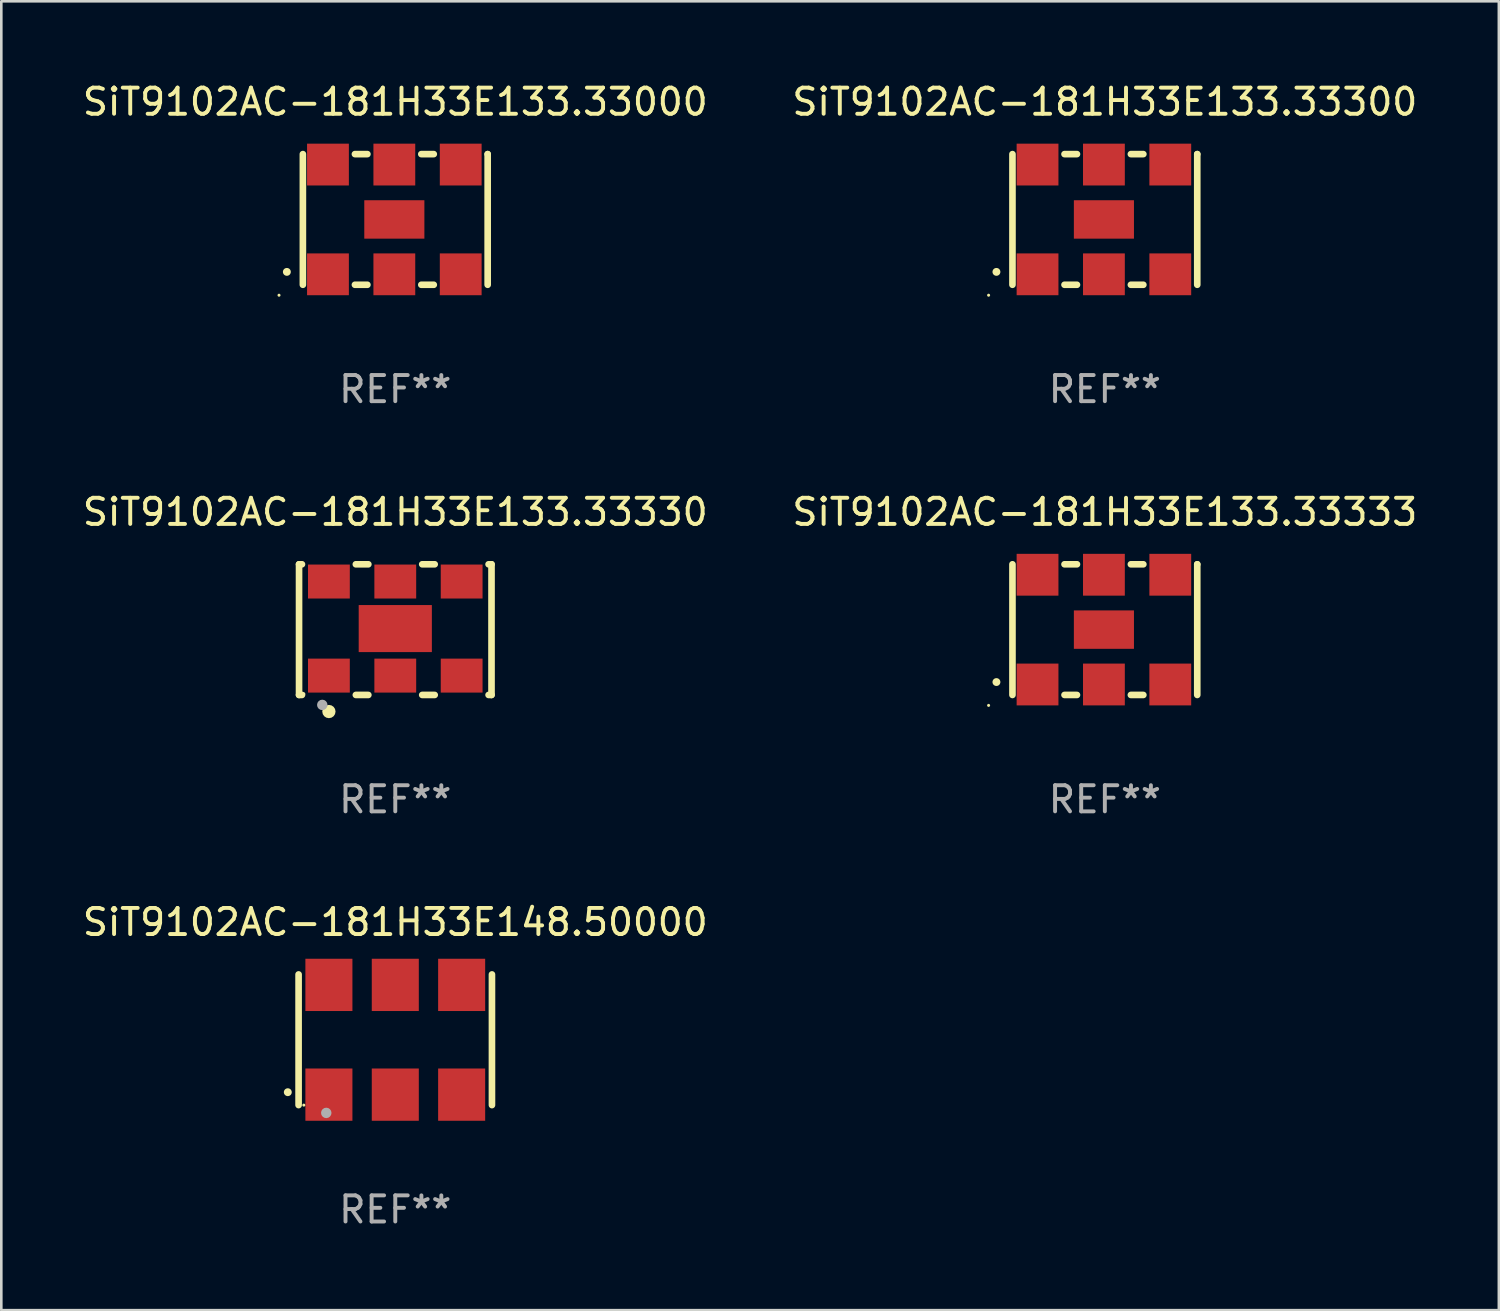
<source format=kicad_pcb>
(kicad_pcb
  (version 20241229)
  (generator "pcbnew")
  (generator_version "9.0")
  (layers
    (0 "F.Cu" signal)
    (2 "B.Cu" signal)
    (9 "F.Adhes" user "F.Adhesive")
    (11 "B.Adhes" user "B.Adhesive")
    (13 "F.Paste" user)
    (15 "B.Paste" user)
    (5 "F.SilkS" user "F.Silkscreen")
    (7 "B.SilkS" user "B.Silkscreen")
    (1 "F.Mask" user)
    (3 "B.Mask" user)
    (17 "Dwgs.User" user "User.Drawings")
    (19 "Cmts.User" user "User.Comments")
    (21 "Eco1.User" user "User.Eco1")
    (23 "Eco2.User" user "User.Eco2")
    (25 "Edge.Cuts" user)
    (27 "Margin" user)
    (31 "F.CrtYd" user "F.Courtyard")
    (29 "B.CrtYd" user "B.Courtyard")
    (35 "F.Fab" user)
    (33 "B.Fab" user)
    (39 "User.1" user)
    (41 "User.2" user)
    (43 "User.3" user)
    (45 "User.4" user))
  (footprint "SiT9102AC-181H33E133.33333"
    (layer "F.Cu")
    (at 39.232 21.045)
    (property "Reference" "SiT9102AC-181H33E133.33333" (at 0 -4.5 0) (layer "F.SilkS") (effects (font (size 1 1) (thickness 0.15))))
    (attr through_hole)
    (fp_line (start -3.536 -2.5) (end -3.536 2.5) (stroke (width 0.254) (type solid)) (layer "F.SilkS"))
    (fp_line (start -1.544 2.5) (end -1.067 2.5) (stroke (width 0.254) (type solid)) (layer "F.SilkS"))
    (fp_line (start -1.067 -2.5) (end -1.544 -2.5) (stroke (width 0.254) (type solid)) (layer "F.SilkS"))
    (fp_line (start 0.996 2.5) (end 1.473 2.5) (stroke (width 0.254) (type solid)) (layer "F.SilkS"))
    (fp_line (start 1.473 -2.5) (end 0.996 -2.5) (stroke (width 0.254) (type solid)) (layer "F.SilkS"))
    (fp_line (start 3.536 -2.5) (end 3.536 -2.5) (stroke (width 0.254) (type solid)) (layer "F.SilkS"))
    (fp_line (start 3.536 2.5) (end 3.536 -2.5) (stroke (width 0.254) (type solid)) (layer "F.SilkS"))
    (fp_arc (start -4.150432 2.006604) (mid -4.149162 2.006599) (end -4.147892 2.006604) (stroke (width 0.3) (type solid)) (layer "F.SilkS"))
    (fp_circle (center -4.449 2.9) (end -4.419 2.9) (stroke (width 0.06) (type solid)) (fill no) (layer "F.SilkS"))
    (fp_text user "REF**" (at 0 6.5 0) (layer "F.Fab") (effects (font (size 1 1) (thickness 0.15))))
    (pad "1" smd rect (at -2.576 2.1) (size 1.6 1.6) (layers "F.Cu" "F.Mask" "F.Paste"))
    (pad "2" smd rect (at -0.036 2.1) (size 1.6 1.6) (layers "F.Cu" "F.Mask" "F.Paste"))
    (pad "3" smd rect (at 2.504 2.1) (size 1.6 1.6) (layers "F.Cu" "F.Mask" "F.Paste"))
    (pad "4" smd rect (at 2.504 -2.1) (size 1.6 1.6) (layers "F.Cu" "F.Mask" "F.Paste"))
    (pad "5" smd rect (at -0.036 -2.1) (size 1.6 1.6) (layers "F.Cu" "F.Mask" "F.Paste"))
    (pad "6" smd rect (at -2.576 -2.1) (size 1.6 1.6) (layers "F.Cu" "F.Mask" "F.Paste"))
    (pad "7" smd rect (at -0.036 0) (size 2.3 1.47) (layers "F.Cu" "F.Mask" "F.Paste")))
  (footprint "SiT9102AC-181H33E148.50000"
    (layer "F.Cu")
    (at 12.077 36.741)
    (property "Reference" "SiT9102AC-181H33E148.50000" (at 0 -4.5 0) (layer "F.SilkS") (effects (font (size 1 1) (thickness 0.15))))
    (attr through_hole)
    (fp_line (start -3.7 -2.5) (end -3.7 2.5) (stroke (width 0.254) (type solid)) (layer "F.SilkS"))
    (fp_line (start 3.7 -2.5) (end 3.7 2.5) (stroke (width 0.254) (type solid)) (layer "F.SilkS"))
    (fp_arc (start -4.114415 2.006604) (mid -4.113145 2.006599) (end -4.111875 2.006604) (stroke (width 0.3) (type solid)) (layer "F.SilkS"))
    (fp_circle (center -3.5 2.501) (end -3.47 2.501) (stroke (width 0.06) (type solid)) (fill no) (layer "F.SilkS"))
    (fp_circle (center -2.641 2.799) (end -2.541 2.799) (stroke (width 0.2) (type solid)) (fill no) (layer "F.Fab"))
    (fp_text user "REF**" (at 0 6.5 0) (layer "F.Fab") (effects (font (size 1 1) (thickness 0.15))))
    (pad "1" smd rect (at -2.54 2.1) (size 1.8 2) (layers "F.Cu" "F.Mask" "F.Paste"))
    (pad "2" smd rect (at 0.000394 2.1) (size 1.8 2) (layers "F.Cu" "F.Mask" "F.Paste"))
    (pad "3" smd rect (at 2.54 2.1) (size 1.8 2) (layers "F.Cu" "F.Mask" "F.Paste"))
    (pad "4" smd rect (at 2.54 -2.1) (size 1.8 2) (layers "F.Cu" "F.Mask" "F.Paste"))
    (pad "5" smd rect (at 0.000394 -2.1) (size 1.8 2) (layers "F.Cu" "F.Mask" "F.Paste"))
    (pad "6" smd rect (at -2.54 -2.1) (size 1.8 2) (layers "F.Cu" "F.Mask" "F.Paste")))
  (footprint "SiT9102AC-181H33E133.33330"
    (layer "F.Cu")
    (at 12.077 21.045)
    (property "Reference" "SiT9102AC-181H33E133.33330" (at 0 -4.5 0) (layer "F.SilkS") (effects (font (size 1 1) (thickness 0.15))))
    (attr through_hole)
    (fp_line (start -3.683 -2.5) (end -3.571 -2.5) (stroke (width 0.254) (type solid)) (layer "F.SilkS"))
    (fp_line (start -3.683 2.5) (end -3.683 -2.5) (stroke (width 0.254) (type solid)) (layer "F.SilkS"))
    (fp_line (start -3.683 2.5) (end -3.571 2.5) (stroke (width 0.254) (type solid)) (layer "F.SilkS"))
    (fp_line (start -1.509 -2.5) (end -1.031 -2.5) (stroke (width 0.254) (type solid)) (layer "F.SilkS"))
    (fp_line (start -1.509 2.5) (end -1.031 2.5) (stroke (width 0.254) (type solid)) (layer "F.SilkS"))
    (fp_line (start 1.031 -2.5) (end 1.509 -2.5) (stroke (width 0.254) (type solid)) (layer "F.SilkS"))
    (fp_line (start 1.031 2.5) (end 1.509 2.5) (stroke (width 0.254) (type solid)) (layer "F.SilkS"))
    (fp_line (start 3.571 -2.5) (end 3.683 -2.5) (stroke (width 0.254) (type solid)) (layer "F.SilkS"))
    (fp_line (start 3.571 2.5) (end 3.683 2.5) (stroke (width 0.254) (type solid)) (layer "F.SilkS"))
    (fp_line (start 3.683 2.5) (end 3.683 -2.5) (stroke (width 0.254) (type solid)) (layer "F.SilkS"))
    (fp_circle (center -3.5 2.46) (end -3.47 2.46) (stroke (width 0.06) (type solid)) (fill no) (layer "F.SilkS"))
    (fp_circle (center -2.54 3.135) (end -2.413 3.135) (stroke (width 0.254) (type solid)) (fill no) (layer "F.SilkS"))
    (fp_circle (center -2.794 2.881) (end -2.694 2.881) (stroke (width 0.2) (type solid)) (fill no) (layer "F.Fab"))
    (fp_text user "REF**" (at 0 6.5 0) (layer "F.Fab") (effects (font (size 1 1) (thickness 0.15))))
    (pad "1" smd rect (at -2.54 1.76) (size 1.6 1.3) (layers "F.Cu" "F.Mask" "F.Paste"))
    (pad "2" smd rect (at 0 1.76) (size 1.6 1.3) (layers "F.Cu" "F.Mask" "F.Paste"))
    (pad "3" smd rect (at 2.54 1.76) (size 1.6 1.3) (layers "F.Cu" "F.Mask" "F.Paste"))
    (pad "4" smd rect (at 2.54 -1.84) (size 1.6 1.3) (layers "F.Cu" "F.Mask" "F.Paste"))
    (pad "5" smd rect (at 0 -1.84) (size 1.6 1.3) (layers "F.Cu" "F.Mask" "F.Paste"))
    (pad "6" smd rect (at -2.54 -1.84) (size 1.6 1.3) (layers "F.Cu" "F.Mask" "F.Paste"))
    (pad "7" smd rect (at 0 -0.04) (size 2.8 1.8) (layers "F.Cu" "F.Mask" "F.Paste")))
  (footprint "SiT9102AC-181H33E133.33300"
    (layer "F.Cu")
    (at 39.232 5.348)
    (property "Reference" "SiT9102AC-181H33E133.33300" (at 0 -4.5 0) (layer "F.SilkS") (effects (font (size 1 1) (thickness 0.15))))
    (attr through_hole)
    (fp_line (start -3.536 -2.5) (end -3.536 2.5) (stroke (width 0.254) (type solid)) (layer "F.SilkS"))
    (fp_line (start -1.544 2.5) (end -1.067 2.5) (stroke (width 0.254) (type solid)) (layer "F.SilkS"))
    (fp_line (start -1.067 -2.5) (end -1.544 -2.5) (stroke (width 0.254) (type solid)) (layer "F.SilkS"))
    (fp_line (start 0.996 2.5) (end 1.473 2.5) (stroke (width 0.254) (type solid)) (layer "F.SilkS"))
    (fp_line (start 1.473 -2.5) (end 0.996 -2.5) (stroke (width 0.254) (type solid)) (layer "F.SilkS"))
    (fp_line (start 3.536 -2.5) (end 3.536 -2.5) (stroke (width 0.254) (type solid)) (layer "F.SilkS"))
    (fp_line (start 3.536 2.5) (end 3.536 -2.5) (stroke (width 0.254) (type solid)) (layer "F.SilkS"))
    (fp_arc (start -4.150432 2.006604) (mid -4.149162 2.006599) (end -4.147892 2.006604) (stroke (width 0.3) (type solid)) (layer "F.SilkS"))
    (fp_circle (center -4.449 2.9) (end -4.419 2.9) (stroke (width 0.06) (type solid)) (fill no) (layer "F.SilkS"))
    (fp_text user "REF**" (at 0 6.5 0) (layer "F.Fab") (effects (font (size 1 1) (thickness 0.15))))
    (pad "1" smd rect (at -2.576 2.1) (size 1.6 1.6) (layers "F.Cu" "F.Mask" "F.Paste"))
    (pad "2" smd rect (at -0.036 2.1) (size 1.6 1.6) (layers "F.Cu" "F.Mask" "F.Paste"))
    (pad "3" smd rect (at 2.504 2.1) (size 1.6 1.6) (layers "F.Cu" "F.Mask" "F.Paste"))
    (pad "4" smd rect (at 2.504 -2.1) (size 1.6 1.6) (layers "F.Cu" "F.Mask" "F.Paste"))
    (pad "5" smd rect (at -0.036 -2.1) (size 1.6 1.6) (layers "F.Cu" "F.Mask" "F.Paste"))
    (pad "6" smd rect (at -2.576 -2.1) (size 1.6 1.6) (layers "F.Cu" "F.Mask" "F.Paste"))
    (pad "7" smd rect (at -0.036 0) (size 2.3 1.47) (layers "F.Cu" "F.Mask" "F.Paste")))
  (footprint "SiT9102AC-181H33E133.33000"
    (layer "F.Cu")
    (at 12.077 5.348)
    (property "Reference" "SiT9102AC-181H33E133.33000" (at 0 -4.5 0) (layer "F.SilkS") (effects (font (size 1 1) (thickness 0.15))))
    (attr through_hole)
    (fp_line (start -3.536 -2.5) (end -3.536 2.5) (stroke (width 0.254) (type solid)) (layer "F.SilkS"))
    (fp_line (start -1.544 2.5) (end -1.067 2.5) (stroke (width 0.254) (type solid)) (layer "F.SilkS"))
    (fp_line (start -1.067 -2.5) (end -1.544 -2.5) (stroke (width 0.254) (type solid)) (layer "F.SilkS"))
    (fp_line (start 0.996 2.5) (end 1.473 2.5) (stroke (width 0.254) (type solid)) (layer "F.SilkS"))
    (fp_line (start 1.473 -2.5) (end 0.996 -2.5) (stroke (width 0.254) (type solid)) (layer "F.SilkS"))
    (fp_line (start 3.536 -2.5) (end 3.536 -2.5) (stroke (width 0.254) (type solid)) (layer "F.SilkS"))
    (fp_line (start 3.536 2.5) (end 3.536 -2.5) (stroke (width 0.254) (type solid)) (layer "F.SilkS"))
    (fp_arc (start -4.150432 2.006604) (mid -4.149162 2.006599) (end -4.147892 2.006604) (stroke (width 0.3) (type solid)) (layer "F.SilkS"))
    (fp_circle (center -4.449 2.9) (end -4.419 2.9) (stroke (width 0.06) (type solid)) (fill no) (layer "F.SilkS"))
    (fp_text user "REF**" (at 0 6.5 0) (layer "F.Fab") (effects (font (size 1 1) (thickness 0.15))))
    (pad "1" smd rect (at -2.576 2.1) (size 1.6 1.6) (layers "F.Cu" "F.Mask" "F.Paste"))
    (pad "2" smd rect (at -0.036 2.1) (size 1.6 1.6) (layers "F.Cu" "F.Mask" "F.Paste"))
    (pad "3" smd rect (at 2.504 2.1) (size 1.6 1.6) (layers "F.Cu" "F.Mask" "F.Paste"))
    (pad "4" smd rect (at 2.504 -2.1) (size 1.6 1.6) (layers "F.Cu" "F.Mask" "F.Paste"))
    (pad "5" smd rect (at -0.036 -2.1) (size 1.6 1.6) (layers "F.Cu" "F.Mask" "F.Paste"))
    (pad "6" smd rect (at -2.576 -2.1) (size 1.6 1.6) (layers "F.Cu" "F.Mask" "F.Paste"))
    (pad "7" smd rect (at -0.036 0) (size 2.3 1.47) (layers "F.Cu" "F.Mask" "F.Paste")))
  (gr_rect
    (start -3 -3)
    (end 54.31 47.09)
    (stroke (width 0.1) (type default))
    (fill no)
    (layer "Edge.Cuts")))
</source>
